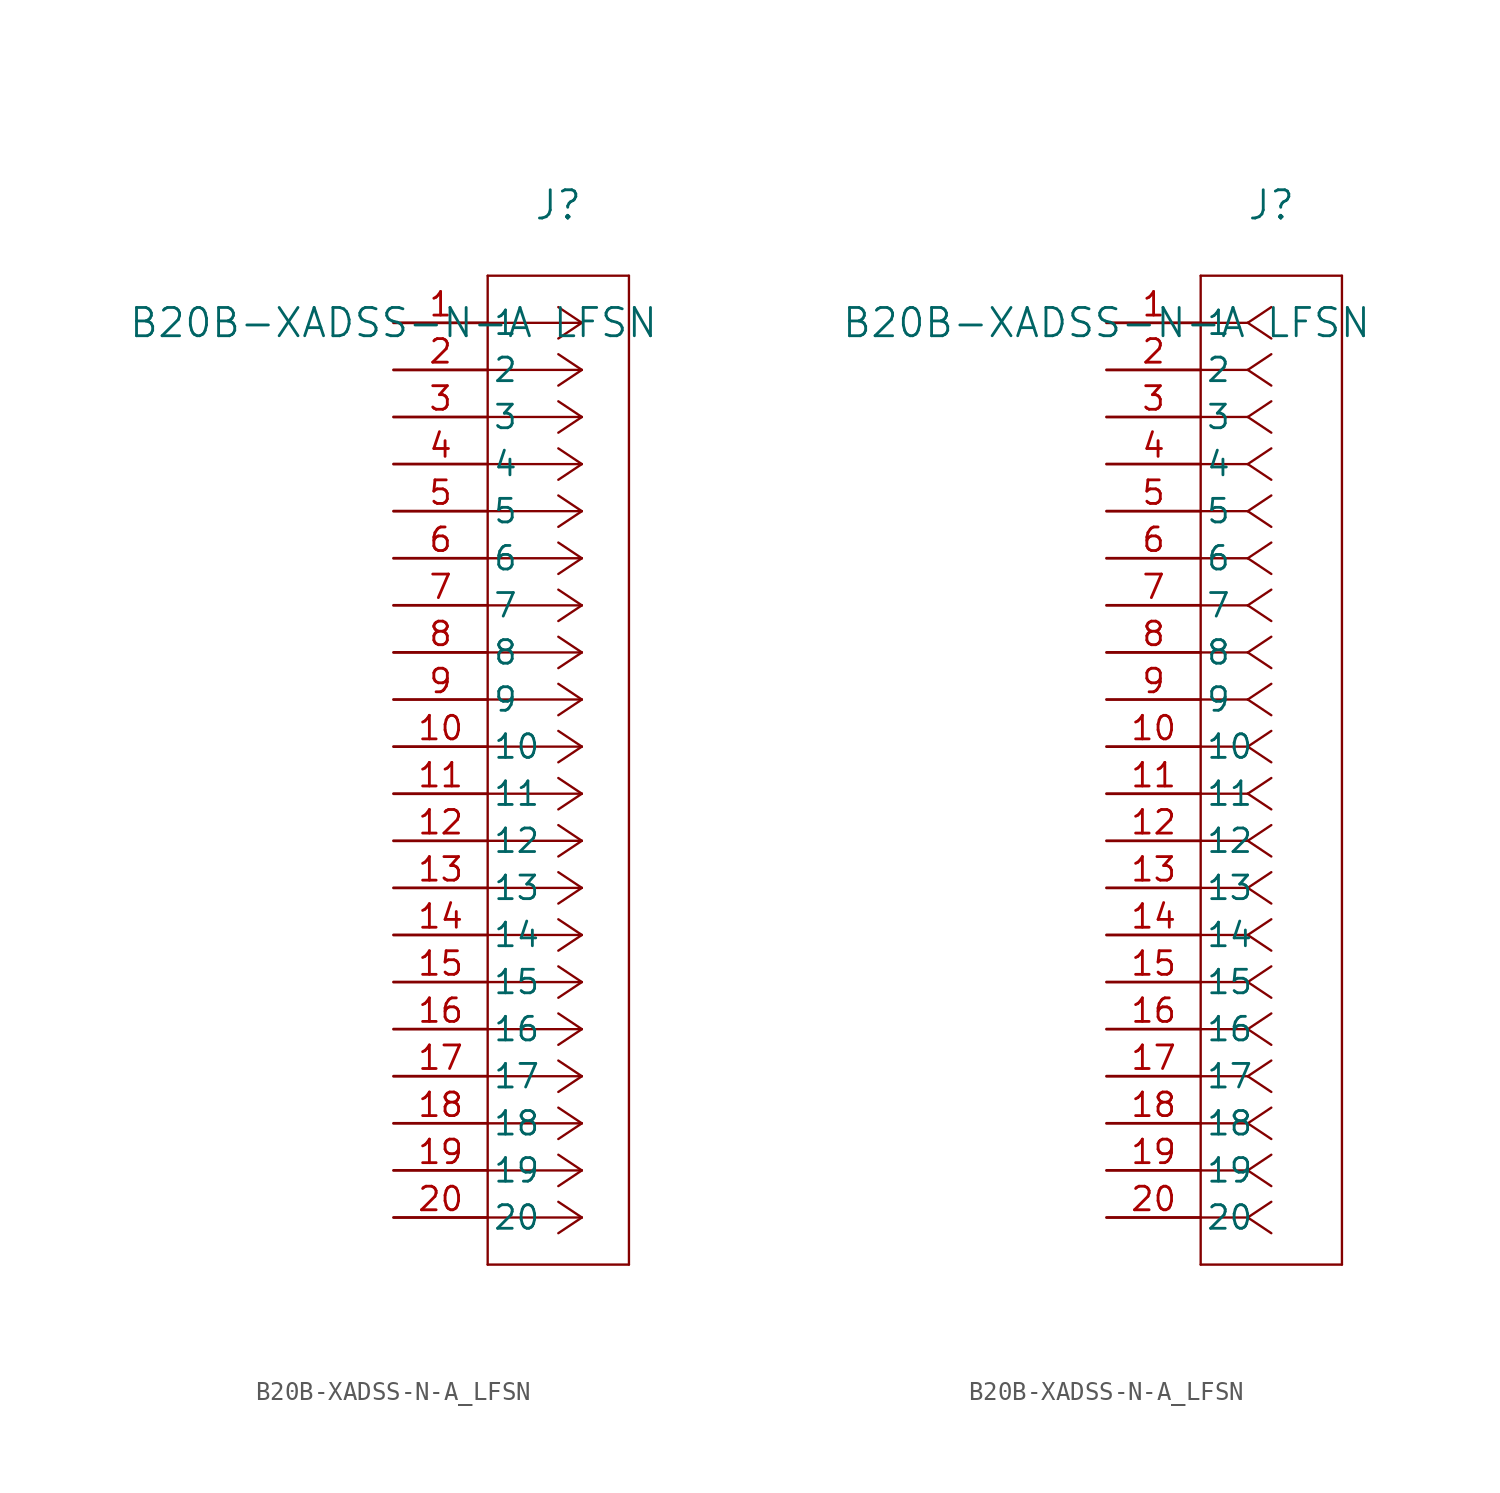
<source format=kicad_sym>
(kicad_symbol_lib
  (version 20211014)
  (generator kicad_symbol_editor)
  (symbol "B20B-XADSS-N-A_LFSN"
    (pin_names
      (offset 0.254))
    (property "Reference" "J"
      (at 8.89 6.35 0)
      (effects (font (size 1.524 1.524))))
    (property "Value" "B20B-XADSS-N-A LFSN"
      (at 0 0 0)
      (effects (font (size 1.524 1.524))))
    (symbol "B20B-XADSS-N-A_LFSN_1_1"
      (polyline (pts (xy 10.16 0) (xy 5.08 0)) (stroke (width 0.127) (type default) (color 0 0 0 0)) (fill (type none)))
      (polyline (pts (xy 10.16 -2.54) (xy 5.08 -2.54)) (stroke (width 0.127) (type default) (color 0 0 0 0)) (fill (type none)))
      (polyline (pts (xy 10.16 -5.08) (xy 5.08 -5.08)) (stroke (width 0.127) (type default) (color 0 0 0 0)) (fill (type none)))
      (polyline (pts (xy 10.16 -7.62) (xy 5.08 -7.62)) (stroke (width 0.127) (type default) (color 0 0 0 0)) (fill (type none)))
      (polyline (pts (xy 10.16 -10.16) (xy 5.08 -10.16)) (stroke (width 0.127) (type default) (color 0 0 0 0)) (fill (type none)))
      (polyline (pts (xy 10.16 -12.7) (xy 5.08 -12.7)) (stroke (width 0.127) (type default) (color 0 0 0 0)) (fill (type none)))
      (polyline (pts (xy 10.16 -15.24) (xy 5.08 -15.24)) (stroke (width 0.127) (type default) (color 0 0 0 0)) (fill (type none)))
      (polyline (pts (xy 10.16 -17.78) (xy 5.08 -17.78)) (stroke (width 0.127) (type default) (color 0 0 0 0)) (fill (type none)))
      (polyline (pts (xy 10.16 -20.32) (xy 5.08 -20.32)) (stroke (width 0.127) (type default) (color 0 0 0 0)) (fill (type none)))
      (polyline (pts (xy 10.16 -22.86) (xy 5.08 -22.86)) (stroke (width 0.127) (type default) (color 0 0 0 0)) (fill (type none)))
      (polyline (pts (xy 10.16 -25.4) (xy 5.08 -25.4)) (stroke (width 0.127) (type default) (color 0 0 0 0)) (fill (type none)))
      (polyline (pts (xy 10.16 -27.94) (xy 5.08 -27.94)) (stroke (width 0.127) (type default) (color 0 0 0 0)) (fill (type none)))
      (polyline (pts (xy 10.16 -30.48) (xy 5.08 -30.48)) (stroke (width 0.127) (type default) (color 0 0 0 0)) (fill (type none)))
      (polyline (pts (xy 10.16 -33.02) (xy 5.08 -33.02)) (stroke (width 0.127) (type default) (color 0 0 0 0)) (fill (type none)))
      (polyline (pts (xy 10.16 -35.56) (xy 5.08 -35.56)) (stroke (width 0.127) (type default) (color 0 0 0 0)) (fill (type none)))
      (polyline (pts (xy 10.16 -38.1) (xy 5.08 -38.1)) (stroke (width 0.127) (type default) (color 0 0 0 0)) (fill (type none)))
      (polyline (pts (xy 10.16 -40.64) (xy 5.08 -40.64)) (stroke (width 0.127) (type default) (color 0 0 0 0)) (fill (type none)))
      (polyline (pts (xy 10.16 -43.18) (xy 5.08 -43.18)) (stroke (width 0.127) (type default) (color 0 0 0 0)) (fill (type none)))
      (polyline (pts (xy 10.16 -45.72) (xy 5.08 -45.72)) (stroke (width 0.127) (type default) (color 0 0 0 0)) (fill (type none)))
      (polyline (pts (xy 10.16 -48.26) (xy 5.08 -48.26)) (stroke (width 0.127) (type default) (color 0 0 0 0)) (fill (type none)))
      (polyline (pts (xy 10.16 0) (xy 8.89 0.847)) (stroke (width 0.127) (type default) (color 0 0 0 0)) (fill (type none)))
      (polyline (pts (xy 10.16 -2.54) (xy 8.89 -1.693)) (stroke (width 0.127) (type default) (color 0 0 0 0)) (fill (type none)))
      (polyline (pts (xy 10.16 -5.08) (xy 8.89 -4.233)) (stroke (width 0.127) (type default) (color 0 0 0 0)) (fill (type none)))
      (polyline (pts (xy 10.16 -7.62) (xy 8.89 -6.773)) (stroke (width 0.127) (type default) (color 0 0 0 0)) (fill (type none)))
      (polyline (pts (xy 10.16 -10.16) (xy 8.89 -9.313)) (stroke (width 0.127) (type default) (color 0 0 0 0)) (fill (type none)))
      (polyline (pts (xy 10.16 -12.7) (xy 8.89 -11.853)) (stroke (width 0.127) (type default) (color 0 0 0 0)) (fill (type none)))
      (polyline (pts (xy 10.16 -15.24) (xy 8.89 -14.393)) (stroke (width 0.127) (type default) (color 0 0 0 0)) (fill (type none)))
      (polyline (pts (xy 10.16 -17.78) (xy 8.89 -16.933)) (stroke (width 0.127) (type default) (color 0 0 0 0)) (fill (type none)))
      (polyline (pts (xy 10.16 -20.32) (xy 8.89 -19.473)) (stroke (width 0.127) (type default) (color 0 0 0 0)) (fill (type none)))
      (polyline (pts (xy 10.16 -22.86) (xy 8.89 -22.013)) (stroke (width 0.127) (type default) (color 0 0 0 0)) (fill (type none)))
      (polyline (pts (xy 10.16 -25.4) (xy 8.89 -24.553)) (stroke (width 0.127) (type default) (color 0 0 0 0)) (fill (type none)))
      (polyline (pts (xy 10.16 -27.94) (xy 8.89 -27.093)) (stroke (width 0.127) (type default) (color 0 0 0 0)) (fill (type none)))
      (polyline (pts (xy 10.16 -30.48) (xy 8.89 -29.633)) (stroke (width 0.127) (type default) (color 0 0 0 0)) (fill (type none)))
      (polyline (pts (xy 10.16 -33.02) (xy 8.89 -32.173)) (stroke (width 0.127) (type default) (color 0 0 0 0)) (fill (type none)))
      (polyline (pts (xy 10.16 -35.56) (xy 8.89 -34.713)) (stroke (width 0.127) (type default) (color 0 0 0 0)) (fill (type none)))
      (polyline (pts (xy 10.16 -38.1) (xy 8.89 -37.253)) (stroke (width 0.127) (type default) (color 0 0 0 0)) (fill (type none)))
      (polyline (pts (xy 10.16 -40.64) (xy 8.89 -39.793)) (stroke (width 0.127) (type default) (color 0 0 0 0)) (fill (type none)))
      (polyline (pts (xy 10.16 -43.18) (xy 8.89 -42.333)) (stroke (width 0.127) (type default) (color 0 0 0 0)) (fill (type none)))
      (polyline (pts (xy 10.16 -45.72) (xy 8.89 -44.873)) (stroke (width 0.127) (type default) (color 0 0 0 0)) (fill (type none)))
      (polyline (pts (xy 10.16 -48.26) (xy 8.89 -47.413)) (stroke (width 0.127) (type default) (color 0 0 0 0)) (fill (type none)))
      (polyline (pts (xy 10.16 0) (xy 8.89 -0.847)) (stroke (width 0.127) (type default) (color 0 0 0 0)) (fill (type none)))
      (polyline (pts (xy 10.16 -2.54) (xy 8.89 -3.387)) (stroke (width 0.127) (type default) (color 0 0 0 0)) (fill (type none)))
      (polyline (pts (xy 10.16 -5.08) (xy 8.89 -5.927)) (stroke (width 0.127) (type default) (color 0 0 0 0)) (fill (type none)))
      (polyline (pts (xy 10.16 -7.62) (xy 8.89 -8.467)) (stroke (width 0.127) (type default) (color 0 0 0 0)) (fill (type none)))
      (polyline (pts (xy 10.16 -10.16) (xy 8.89 -11.007)) (stroke (width 0.127) (type default) (color 0 0 0 0)) (fill (type none)))
      (polyline (pts (xy 10.16 -12.7) (xy 8.89 -13.547)) (stroke (width 0.127) (type default) (color 0 0 0 0)) (fill (type none)))
      (polyline (pts (xy 10.16 -15.24) (xy 8.89 -16.087)) (stroke (width 0.127) (type default) (color 0 0 0 0)) (fill (type none)))
      (polyline (pts (xy 10.16 -17.78) (xy 8.89 -18.627)) (stroke (width 0.127) (type default) (color 0 0 0 0)) (fill (type none)))
      (polyline (pts (xy 10.16 -20.32) (xy 8.89 -21.167)) (stroke (width 0.127) (type default) (color 0 0 0 0)) (fill (type none)))
      (polyline (pts (xy 10.16 -22.86) (xy 8.89 -23.707)) (stroke (width 0.127) (type default) (color 0 0 0 0)) (fill (type none)))
      (polyline (pts (xy 10.16 -25.4) (xy 8.89 -26.247)) (stroke (width 0.127) (type default) (color 0 0 0 0)) (fill (type none)))
      (polyline (pts (xy 10.16 -27.94) (xy 8.89 -28.787)) (stroke (width 0.127) (type default) (color 0 0 0 0)) (fill (type none)))
      (polyline (pts (xy 10.16 -30.48) (xy 8.89 -31.327)) (stroke (width 0.127) (type default) (color 0 0 0 0)) (fill (type none)))
      (polyline (pts (xy 10.16 -33.02) (xy 8.89 -33.867)) (stroke (width 0.127) (type default) (color 0 0 0 0)) (fill (type none)))
      (polyline (pts (xy 10.16 -35.56) (xy 8.89 -36.407)) (stroke (width 0.127) (type default) (color 0 0 0 0)) (fill (type none)))
      (polyline (pts (xy 10.16 -38.1) (xy 8.89 -38.947)) (stroke (width 0.127) (type default) (color 0 0 0 0)) (fill (type none)))
      (polyline (pts (xy 10.16 -40.64) (xy 8.89 -41.487)) (stroke (width 0.127) (type default) (color 0 0 0 0)) (fill (type none)))
      (polyline (pts (xy 10.16 -43.18) (xy 8.89 -44.027)) (stroke (width 0.127) (type default) (color 0 0 0 0)) (fill (type none)))
      (polyline (pts (xy 10.16 -45.72) (xy 8.89 -46.567)) (stroke (width 0.127) (type default) (color 0 0 0 0)) (fill (type none)))
      (polyline (pts (xy 10.16 -48.26) (xy 8.89 -49.107)) (stroke (width 0.127) (type default) (color 0 0 0 0)) (fill (type none)))
      (polyline (pts (xy 5.08 2.54) (xy 5.08 -50.8)) (stroke (width 0.127) (type default) (color 0 0 0 0)) (fill (type none)))
      (polyline (pts (xy 5.08 -50.8) (xy 12.7 -50.8)) (stroke (width 0.127) (type default) (color 0 0 0 0)) (fill (type none)))
      (polyline (pts (xy 12.7 -50.8) (xy 12.7 2.54)) (stroke (width 0.127) (type default) (color 0 0 0 0)) (fill (type none)))
      (polyline (pts (xy 12.7 2.54) (xy 5.08 2.54)) (stroke (width 0.127) (type default) (color 0 0 0 0)) (fill (type none)))
      (pin unspecified line (at 0 0 0) (length 5.08) (name "1" (effects (font (size 1.27 1.27)))) (number "1" (effects (font (size 1.27 1.27)))))
      (pin unspecified line (at 0 -2.54 0) (length 5.08) (name "2" (effects (font (size 1.27 1.27)))) (number "2" (effects (font (size 1.27 1.27)))))
      (pin unspecified line (at 0 -5.08 0) (length 5.08) (name "3" (effects (font (size 1.27 1.27)))) (number "3" (effects (font (size 1.27 1.27)))))
      (pin unspecified line (at 0 -7.62 0) (length 5.08) (name "4" (effects (font (size 1.27 1.27)))) (number "4" (effects (font (size 1.27 1.27)))))
      (pin unspecified line (at 0 -10.16 0) (length 5.08) (name "5" (effects (font (size 1.27 1.27)))) (number "5" (effects (font (size 1.27 1.27)))))
      (pin unspecified line (at 0 -12.7 0) (length 5.08) (name "6" (effects (font (size 1.27 1.27)))) (number "6" (effects (font (size 1.27 1.27)))))
      (pin unspecified line (at 0 -15.24 0) (length 5.08) (name "7" (effects (font (size 1.27 1.27)))) (number "7" (effects (font (size 1.27 1.27)))))
      (pin unspecified line (at 0 -17.78 0) (length 5.08) (name "8" (effects (font (size 1.27 1.27)))) (number "8" (effects (font (size 1.27 1.27)))))
      (pin unspecified line (at 0 -20.32 0) (length 5.08) (name "9" (effects (font (size 1.27 1.27)))) (number "9" (effects (font (size 1.27 1.27)))))
      (pin unspecified line (at 0 -22.86 0) (length 5.08) (name "10" (effects (font (size 1.27 1.27)))) (number "10" (effects (font (size 1.27 1.27)))))
      (pin unspecified line (at 0 -25.4 0) (length 5.08) (name "11" (effects (font (size 1.27 1.27)))) (number "11" (effects (font (size 1.27 1.27)))))
      (pin unspecified line (at 0 -27.94 0) (length 5.08) (name "12" (effects (font (size 1.27 1.27)))) (number "12" (effects (font (size 1.27 1.27)))))
      (pin unspecified line (at 0 -30.48 0) (length 5.08) (name "13" (effects (font (size 1.27 1.27)))) (number "13" (effects (font (size 1.27 1.27)))))
      (pin unspecified line (at 0 -33.02 0) (length 5.08) (name "14" (effects (font (size 1.27 1.27)))) (number "14" (effects (font (size 1.27 1.27)))))
      (pin unspecified line (at 0 -35.56 0) (length 5.08) (name "15" (effects (font (size 1.27 1.27)))) (number "15" (effects (font (size 1.27 1.27)))))
      (pin unspecified line (at 0 -38.1 0) (length 5.08) (name "16" (effects (font (size 1.27 1.27)))) (number "16" (effects (font (size 1.27 1.27)))))
      (pin unspecified line (at 0 -40.64 0) (length 5.08) (name "17" (effects (font (size 1.27 1.27)))) (number "17" (effects (font (size 1.27 1.27)))))
      (pin unspecified line (at 0 -43.18 0) (length 5.08) (name "18" (effects (font (size 1.27 1.27)))) (number "18" (effects (font (size 1.27 1.27)))))
      (pin unspecified line (at 0 -45.72 0) (length 5.08) (name "19" (effects (font (size 1.27 1.27)))) (number "19" (effects (font (size 1.27 1.27)))))
      (pin unspecified line (at 0 -48.26 0) (length 5.08) (name "20" (effects (font (size 1.27 1.27)))) (number "20" (effects (font (size 1.27 1.27))))))
    (symbol "B20B-XADSS-N-A_LFSN_1_2"
      (polyline (pts (xy 7.62 0) (xy 5.08 0)) (stroke (width 0.127) (type default) (color 0 0 0 0)) (fill (type none)))
      (polyline (pts (xy 7.62 -2.54) (xy 5.08 -2.54)) (stroke (width 0.127) (type default) (color 0 0 0 0)) (fill (type none)))
      (polyline (pts (xy 7.62 -5.08) (xy 5.08 -5.08)) (stroke (width 0.127) (type default) (color 0 0 0 0)) (fill (type none)))
      (polyline (pts (xy 7.62 -7.62) (xy 5.08 -7.62)) (stroke (width 0.127) (type default) (color 0 0 0 0)) (fill (type none)))
      (polyline (pts (xy 7.62 -10.16) (xy 5.08 -10.16)) (stroke (width 0.127) (type default) (color 0 0 0 0)) (fill (type none)))
      (polyline (pts (xy 7.62 -12.7) (xy 5.08 -12.7)) (stroke (width 0.127) (type default) (color 0 0 0 0)) (fill (type none)))
      (polyline (pts (xy 7.62 -15.24) (xy 5.08 -15.24)) (stroke (width 0.127) (type default) (color 0 0 0 0)) (fill (type none)))
      (polyline (pts (xy 7.62 -17.78) (xy 5.08 -17.78)) (stroke (width 0.127) (type default) (color 0 0 0 0)) (fill (type none)))
      (polyline (pts (xy 7.62 -20.32) (xy 5.08 -20.32)) (stroke (width 0.127) (type default) (color 0 0 0 0)) (fill (type none)))
      (polyline (pts (xy 7.62 -22.86) (xy 5.08 -22.86)) (stroke (width 0.127) (type default) (color 0 0 0 0)) (fill (type none)))
      (polyline (pts (xy 7.62 -25.4) (xy 5.08 -25.4)) (stroke (width 0.127) (type default) (color 0 0 0 0)) (fill (type none)))
      (polyline (pts (xy 7.62 -27.94) (xy 5.08 -27.94)) (stroke (width 0.127) (type default) (color 0 0 0 0)) (fill (type none)))
      (polyline (pts (xy 7.62 -30.48) (xy 5.08 -30.48)) (stroke (width 0.127) (type default) (color 0 0 0 0)) (fill (type none)))
      (polyline (pts (xy 7.62 -33.02) (xy 5.08 -33.02)) (stroke (width 0.127) (type default) (color 0 0 0 0)) (fill (type none)))
      (polyline (pts (xy 7.62 -35.56) (xy 5.08 -35.56)) (stroke (width 0.127) (type default) (color 0 0 0 0)) (fill (type none)))
      (polyline (pts (xy 7.62 -38.1) (xy 5.08 -38.1)) (stroke (width 0.127) (type default) (color 0 0 0 0)) (fill (type none)))
      (polyline (pts (xy 7.62 -40.64) (xy 5.08 -40.64)) (stroke (width 0.127) (type default) (color 0 0 0 0)) (fill (type none)))
      (polyline (pts (xy 7.62 -43.18) (xy 5.08 -43.18)) (stroke (width 0.127) (type default) (color 0 0 0 0)) (fill (type none)))
      (polyline (pts (xy 7.62 -45.72) (xy 5.08 -45.72)) (stroke (width 0.127) (type default) (color 0 0 0 0)) (fill (type none)))
      (polyline (pts (xy 7.62 -48.26) (xy 5.08 -48.26)) (stroke (width 0.127) (type default) (color 0 0 0 0)) (fill (type none)))
      (polyline (pts (xy 7.62 0) (xy 8.89 0.847)) (stroke (width 0.127) (type default) (color 0 0 0 0)) (fill (type none)))
      (polyline (pts (xy 7.62 -2.54) (xy 8.89 -1.693)) (stroke (width 0.127) (type default) (color 0 0 0 0)) (fill (type none)))
      (polyline (pts (xy 7.62 -5.08) (xy 8.89 -4.233)) (stroke (width 0.127) (type default) (color 0 0 0 0)) (fill (type none)))
      (polyline (pts (xy 7.62 -7.62) (xy 8.89 -6.773)) (stroke (width 0.127) (type default) (color 0 0 0 0)) (fill (type none)))
      (polyline (pts (xy 7.62 -10.16) (xy 8.89 -9.313)) (stroke (width 0.127) (type default) (color 0 0 0 0)) (fill (type none)))
      (polyline (pts (xy 7.62 -12.7) (xy 8.89 -11.853)) (stroke (width 0.127) (type default) (color 0 0 0 0)) (fill (type none)))
      (polyline (pts (xy 7.62 -15.24) (xy 8.89 -14.393)) (stroke (width 0.127) (type default) (color 0 0 0 0)) (fill (type none)))
      (polyline (pts (xy 7.62 -17.78) (xy 8.89 -16.933)) (stroke (width 0.127) (type default) (color 0 0 0 0)) (fill (type none)))
      (polyline (pts (xy 7.62 -20.32) (xy 8.89 -19.473)) (stroke (width 0.127) (type default) (color 0 0 0 0)) (fill (type none)))
      (polyline (pts (xy 7.62 -22.86) (xy 8.89 -22.013)) (stroke (width 0.127) (type default) (color 0 0 0 0)) (fill (type none)))
      (polyline (pts (xy 7.62 -25.4) (xy 8.89 -24.553)) (stroke (width 0.127) (type default) (color 0 0 0 0)) (fill (type none)))
      (polyline (pts (xy 7.62 -27.94) (xy 8.89 -27.093)) (stroke (width 0.127) (type default) (color 0 0 0 0)) (fill (type none)))
      (polyline (pts (xy 7.62 -30.48) (xy 8.89 -29.633)) (stroke (width 0.127) (type default) (color 0 0 0 0)) (fill (type none)))
      (polyline (pts (xy 7.62 -33.02) (xy 8.89 -32.173)) (stroke (width 0.127) (type default) (color 0 0 0 0)) (fill (type none)))
      (polyline (pts (xy 7.62 -35.56) (xy 8.89 -34.713)) (stroke (width 0.127) (type default) (color 0 0 0 0)) (fill (type none)))
      (polyline (pts (xy 7.62 -38.1) (xy 8.89 -37.253)) (stroke (width 0.127) (type default) (color 0 0 0 0)) (fill (type none)))
      (polyline (pts (xy 7.62 -40.64) (xy 8.89 -39.793)) (stroke (width 0.127) (type default) (color 0 0 0 0)) (fill (type none)))
      (polyline (pts (xy 7.62 -43.18) (xy 8.89 -42.333)) (stroke (width 0.127) (type default) (color 0 0 0 0)) (fill (type none)))
      (polyline (pts (xy 7.62 -45.72) (xy 8.89 -44.873)) (stroke (width 0.127) (type default) (color 0 0 0 0)) (fill (type none)))
      (polyline (pts (xy 7.62 -48.26) (xy 8.89 -47.413)) (stroke (width 0.127) (type default) (color 0 0 0 0)) (fill (type none)))
      (polyline (pts (xy 7.62 0) (xy 8.89 -0.847)) (stroke (width 0.127) (type default) (color 0 0 0 0)) (fill (type none)))
      (polyline (pts (xy 7.62 -2.54) (xy 8.89 -3.387)) (stroke (width 0.127) (type default) (color 0 0 0 0)) (fill (type none)))
      (polyline (pts (xy 7.62 -5.08) (xy 8.89 -5.927)) (stroke (width 0.127) (type default) (color 0 0 0 0)) (fill (type none)))
      (polyline (pts (xy 7.62 -7.62) (xy 8.89 -8.467)) (stroke (width 0.127) (type default) (color 0 0 0 0)) (fill (type none)))
      (polyline (pts (xy 7.62 -10.16) (xy 8.89 -11.007)) (stroke (width 0.127) (type default) (color 0 0 0 0)) (fill (type none)))
      (polyline (pts (xy 7.62 -12.7) (xy 8.89 -13.547)) (stroke (width 0.127) (type default) (color 0 0 0 0)) (fill (type none)))
      (polyline (pts (xy 7.62 -15.24) (xy 8.89 -16.087)) (stroke (width 0.127) (type default) (color 0 0 0 0)) (fill (type none)))
      (polyline (pts (xy 7.62 -17.78) (xy 8.89 -18.627)) (stroke (width 0.127) (type default) (color 0 0 0 0)) (fill (type none)))
      (polyline (pts (xy 7.62 -20.32) (xy 8.89 -21.167)) (stroke (width 0.127) (type default) (color 0 0 0 0)) (fill (type none)))
      (polyline (pts (xy 7.62 -22.86) (xy 8.89 -23.707)) (stroke (width 0.127) (type default) (color 0 0 0 0)) (fill (type none)))
      (polyline (pts (xy 7.62 -25.4) (xy 8.89 -26.247)) (stroke (width 0.127) (type default) (color 0 0 0 0)) (fill (type none)))
      (polyline (pts (xy 7.62 -27.94) (xy 8.89 -28.787)) (stroke (width 0.127) (type default) (color 0 0 0 0)) (fill (type none)))
      (polyline (pts (xy 7.62 -30.48) (xy 8.89 -31.327)) (stroke (width 0.127) (type default) (color 0 0 0 0)) (fill (type none)))
      (polyline (pts (xy 7.62 -33.02) (xy 8.89 -33.867)) (stroke (width 0.127) (type default) (color 0 0 0 0)) (fill (type none)))
      (polyline (pts (xy 7.62 -35.56) (xy 8.89 -36.407)) (stroke (width 0.127) (type default) (color 0 0 0 0)) (fill (type none)))
      (polyline (pts (xy 7.62 -38.1) (xy 8.89 -38.947)) (stroke (width 0.127) (type default) (color 0 0 0 0)) (fill (type none)))
      (polyline (pts (xy 7.62 -40.64) (xy 8.89 -41.487)) (stroke (width 0.127) (type default) (color 0 0 0 0)) (fill (type none)))
      (polyline (pts (xy 7.62 -43.18) (xy 8.89 -44.027)) (stroke (width 0.127) (type default) (color 0 0 0 0)) (fill (type none)))
      (polyline (pts (xy 7.62 -45.72) (xy 8.89 -46.567)) (stroke (width 0.127) (type default) (color 0 0 0 0)) (fill (type none)))
      (polyline (pts (xy 7.62 -48.26) (xy 8.89 -49.107)) (stroke (width 0.127) (type default) (color 0 0 0 0)) (fill (type none)))
      (polyline (pts (xy 5.08 2.54) (xy 5.08 -50.8)) (stroke (width 0.127) (type default) (color 0 0 0 0)) (fill (type none)))
      (polyline (pts (xy 5.08 -50.8) (xy 12.7 -50.8)) (stroke (width 0.127) (type default) (color 0 0 0 0)) (fill (type none)))
      (polyline (pts (xy 12.7 -50.8) (xy 12.7 2.54)) (stroke (width 0.127) (type default) (color 0 0 0 0)) (fill (type none)))
      (polyline (pts (xy 12.7 2.54) (xy 5.08 2.54)) (stroke (width 0.127) (type default) (color 0 0 0 0)) (fill (type none)))
      (pin unspecified line (at 0 0 0) (length 5.08) (name "1" (effects (font (size 1.27 1.27)))) (number "1" (effects (font (size 1.27 1.27)))))
      (pin unspecified line (at 0 -2.54 0) (length 5.08) (name "2" (effects (font (size 1.27 1.27)))) (number "2" (effects (font (size 1.27 1.27)))))
      (pin unspecified line (at 0 -5.08 0) (length 5.08) (name "3" (effects (font (size 1.27 1.27)))) (number "3" (effects (font (size 1.27 1.27)))))
      (pin unspecified line (at 0 -7.62 0) (length 5.08) (name "4" (effects (font (size 1.27 1.27)))) (number "4" (effects (font (size 1.27 1.27)))))
      (pin unspecified line (at 0 -10.16 0) (length 5.08) (name "5" (effects (font (size 1.27 1.27)))) (number "5" (effects (font (size 1.27 1.27)))))
      (pin unspecified line (at 0 -12.7 0) (length 5.08) (name "6" (effects (font (size 1.27 1.27)))) (number "6" (effects (font (size 1.27 1.27)))))
      (pin unspecified line (at 0 -15.24 0) (length 5.08) (name "7" (effects (font (size 1.27 1.27)))) (number "7" (effects (font (size 1.27 1.27)))))
      (pin unspecified line (at 0 -17.78 0) (length 5.08) (name "8" (effects (font (size 1.27 1.27)))) (number "8" (effects (font (size 1.27 1.27)))))
      (pin unspecified line (at 0 -20.32 0) (length 5.08) (name "9" (effects (font (size 1.27 1.27)))) (number "9" (effects (font (size 1.27 1.27)))))
      (pin unspecified line (at 0 -22.86 0) (length 5.08) (name "10" (effects (font (size 1.27 1.27)))) (number "10" (effects (font (size 1.27 1.27)))))
      (pin unspecified line (at 0 -25.4 0) (length 5.08) (name "11" (effects (font (size 1.27 1.27)))) (number "11" (effects (font (size 1.27 1.27)))))
      (pin unspecified line (at 0 -27.94 0) (length 5.08) (name "12" (effects (font (size 1.27 1.27)))) (number "12" (effects (font (size 1.27 1.27)))))
      (pin unspecified line (at 0 -30.48 0) (length 5.08) (name "13" (effects (font (size 1.27 1.27)))) (number "13" (effects (font (size 1.27 1.27)))))
      (pin unspecified line (at 0 -33.02 0) (length 5.08) (name "14" (effects (font (size 1.27 1.27)))) (number "14" (effects (font (size 1.27 1.27)))))
      (pin unspecified line (at 0 -35.56 0) (length 5.08) (name "15" (effects (font (size 1.27 1.27)))) (number "15" (effects (font (size 1.27 1.27)))))
      (pin unspecified line (at 0 -38.1 0) (length 5.08) (name "16" (effects (font (size 1.27 1.27)))) (number "16" (effects (font (size 1.27 1.27)))))
      (pin unspecified line (at 0 -40.64 0) (length 5.08) (name "17" (effects (font (size 1.27 1.27)))) (number "17" (effects (font (size 1.27 1.27)))))
      (pin unspecified line (at 0 -43.18 0) (length 5.08) (name "18" (effects (font (size 1.27 1.27)))) (number "18" (effects (font (size 1.27 1.27)))))
      (pin unspecified line (at 0 -45.72 0) (length 5.08) (name "19" (effects (font (size 1.27 1.27)))) (number "19" (effects (font (size 1.27 1.27)))))
      (pin unspecified line (at 0 -48.26 0) (length 5.08) (name "20" (effects (font (size 1.27 1.27)))) (number "20" (effects (font (size 1.27 1.27))))))))
</source>
